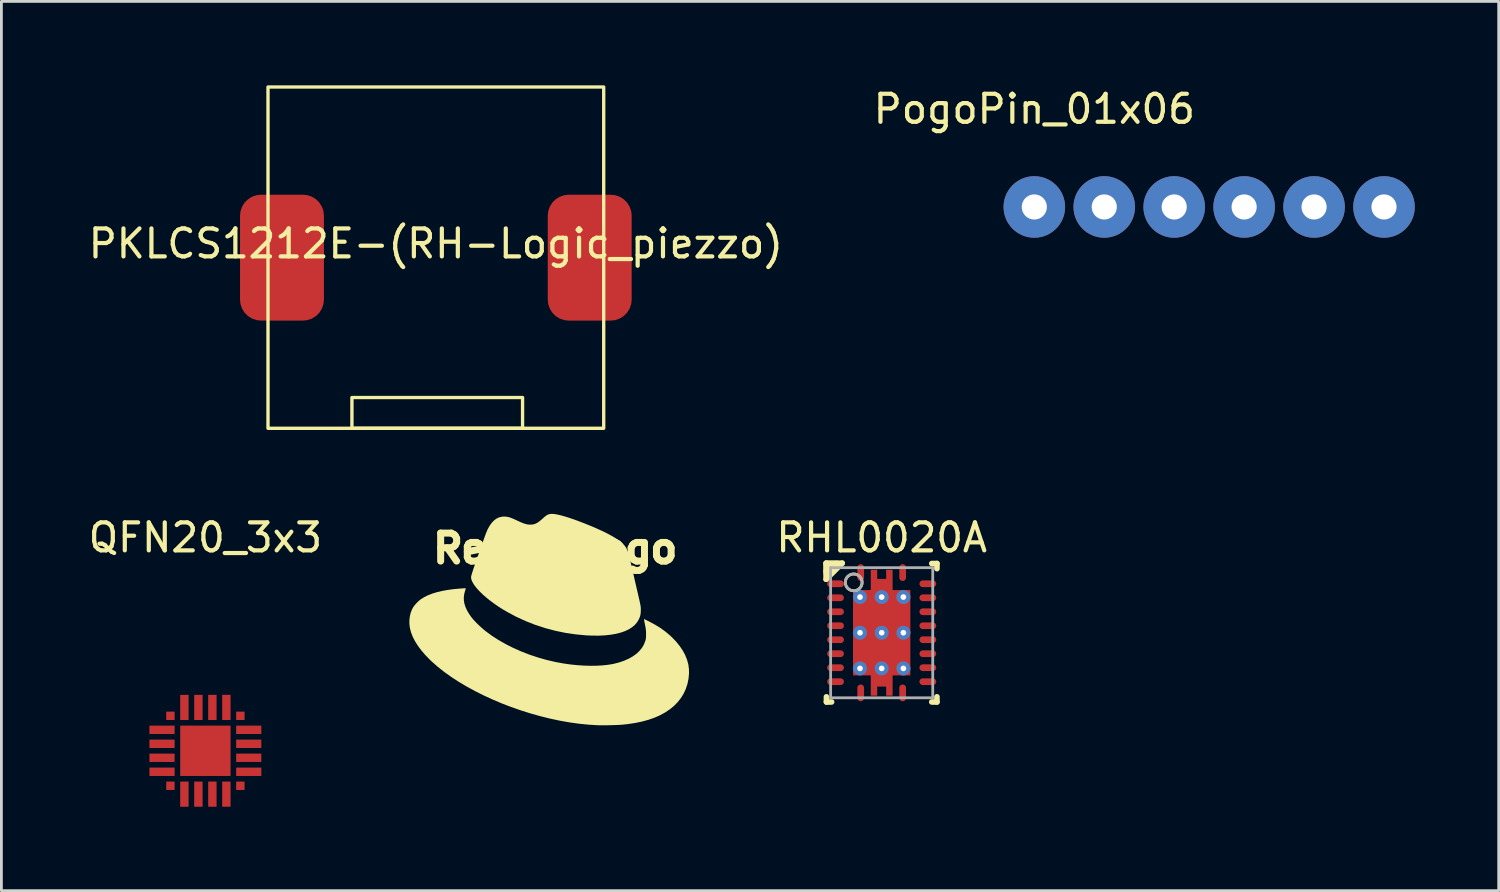
<source format=kicad_pcb>
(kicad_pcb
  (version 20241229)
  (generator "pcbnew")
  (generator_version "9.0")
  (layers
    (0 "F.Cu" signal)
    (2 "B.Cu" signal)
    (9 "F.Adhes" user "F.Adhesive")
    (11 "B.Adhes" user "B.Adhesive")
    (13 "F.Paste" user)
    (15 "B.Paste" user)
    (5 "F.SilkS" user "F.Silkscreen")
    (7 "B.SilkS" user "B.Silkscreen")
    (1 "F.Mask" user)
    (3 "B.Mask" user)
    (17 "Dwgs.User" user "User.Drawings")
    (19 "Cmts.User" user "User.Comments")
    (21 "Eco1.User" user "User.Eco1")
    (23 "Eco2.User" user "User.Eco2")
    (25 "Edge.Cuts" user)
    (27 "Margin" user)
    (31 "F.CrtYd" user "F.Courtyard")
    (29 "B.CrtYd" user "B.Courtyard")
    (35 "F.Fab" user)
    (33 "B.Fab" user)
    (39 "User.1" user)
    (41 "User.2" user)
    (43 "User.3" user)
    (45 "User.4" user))
  (footprint "RedhatLogo"
    (layer "F.Cu")
    (at 16.582 19.097)
    (property "Reference" "RedhatLogo" (at 0.215 -2.54 0) (layer "F.SilkS") (effects (font (size 1 1) (thickness 0.25))))
    (attr board_only exclude_from_pos_files exclude_from_bom)
    (fp_poly (pts (xy 0.194 -3.771) (xy 0.287 -3.755) (xy 0.397 -3.73) (xy 0.523 -3.696) (xy 0.665 -3.653) (xy 0.821 -3.601) (xy 0.99 -3.541) (xy 1.171 -3.472) (xy 1.272 -3.433) (xy 1.489 -3.345) (xy 1.691 -3.259) (xy 1.877 -3.174) (xy 2.046 -3.092) (xy 2.198 -3.012) (xy 2.332 -2.935) (xy 2.446 -2.862) (xy 2.541 -2.793) (xy 2.603 -2.74) (xy 2.647 -2.697) (xy 2.686 -2.654) (xy 2.719 -2.611) (xy 2.749 -2.565) (xy 2.776 -2.512) (xy 2.801 -2.452) (xy 2.825 -2.381) (xy 2.85 -2.297) (xy 2.876 -2.197) (xy 2.904 -2.08) (xy 2.92 -2.012) (xy 2.956 -1.854) (xy 2.988 -1.715) (xy 3.017 -1.59) (xy 3.043 -1.475) (xy 3.068 -1.368) (xy 3.092 -1.264) (xy 3.116 -1.16) (xy 3.124 -1.125) (xy 3.155 -0.991) (xy 3.182 -0.877) (xy 3.204 -0.78) (xy 3.223 -0.698) (xy 3.238 -0.63) (xy 3.249 -0.574) (xy 3.259 -0.528) (xy 3.265 -0.49) (xy 3.27 -0.458) (xy 3.273 -0.431) (xy 3.274 -0.406) (xy 3.275 -0.382) (xy 3.275 -0.356) (xy 3.275 -0.344) (xy 3.272 -0.26) (xy 3.265 -0.192) (xy 3.252 -0.131) (xy 3.231 -0.07) (xy 3.202 -0.005) (xy 3.141 0.098) (xy 3.06 0.192) (xy 2.96 0.276) (xy 2.843 0.35) (xy 2.707 0.414) (xy 2.555 0.467) (xy 2.385 0.51) (xy 2.199 0.542) (xy 1.997 0.564) (xy 1.78 0.575) (xy 1.548 0.574) (xy 1.327 0.565) (xy 0.952 0.53) (xy 0.581 0.476) (xy 0.215 0.4) (xy -0.144 0.305) (xy -0.497 0.19) (xy -0.841 0.055) (xy -1.175 -0.098) (xy -1.5 -0.271) (xy -1.501 -0.271) (xy -1.666 -0.369) (xy -1.824 -0.47) (xy -1.974 -0.574) (xy -2.114 -0.678) (xy -2.245 -0.783) (xy -2.364 -0.887) (xy -2.471 -0.99) (xy -2.564 -1.089) (xy -2.644 -1.185) (xy -2.707 -1.276) (xy -2.754 -1.361) (xy -2.784 -1.439) (xy -2.794 -1.51) (xy -2.794 -1.513) (xy -2.792 -1.533) (xy -2.785 -1.565) (xy -2.773 -1.61) (xy -2.755 -1.668) (xy -2.732 -1.741) (xy -2.703 -1.83) (xy -2.667 -1.935) (xy -2.625 -2.057) (xy -2.576 -2.198) (xy -2.528 -2.332) (xy -2.48 -2.469) (xy -2.438 -2.586) (xy -2.403 -2.687) (xy -2.373 -2.771) (xy -2.348 -2.841) (xy -2.328 -2.899) (xy -2.311 -2.946) (xy -2.298 -2.983) (xy -2.287 -3.012) (xy -2.279 -3.035) (xy -2.272 -3.053) (xy -2.267 -3.068) (xy -2.262 -3.082) (xy -2.259 -3.088) (xy -2.198 -3.23) (xy -2.13 -3.353) (xy -2.055 -3.457) (xy -1.974 -3.542) (xy -1.888 -3.607) (xy -1.796 -3.651) (xy -1.791 -3.653) (xy -1.685 -3.678) (xy -1.576 -3.682) (xy -1.493 -3.671) (xy -1.448 -3.661) (xy -1.405 -3.649) (xy -1.359 -3.633) (xy -1.307 -3.612) (xy -1.245 -3.585) (xy -1.168 -3.549) (xy -1.147 -3.539) (xy -1.049 -3.494) (xy -0.966 -3.458) (xy -0.895 -3.432) (xy -0.832 -3.413) (xy -0.775 -3.401) (xy -0.719 -3.394) (xy -0.671 -3.393) (xy -0.601 -3.397) (xy -0.536 -3.41) (xy -0.472 -3.435) (xy -0.406 -3.472) (xy -0.335 -3.523) (xy -0.256 -3.591) (xy -0.238 -3.607) (xy -0.173 -3.665) (xy -0.118 -3.709) (xy -0.07 -3.74) (xy -0.024 -3.76) (xy 0.023 -3.772) (xy 0.075 -3.777) (xy 0.12 -3.777)) (stroke (width 0) (type solid)) (fill yes) (layer "F.SilkS"))
    (fp_poly (pts (xy -2.985 -1.118) (xy -2.979 -1.117) (xy -2.983 -1.105) (xy -2.991 -1.079) (xy -3.001 -1.05) (xy -3.035 -0.926) (xy -3.052 -0.806) (xy -3.051 -0.686) (xy -3.031 -0.567) (xy -2.992 -0.446) (xy -2.934 -0.321) (xy -2.857 -0.192) (xy -2.775 -0.076) (xy -2.728 -0.019) (xy -2.669 0.047) (xy -2.599 0.12) (xy -2.523 0.195) (xy -2.444 0.268) (xy -2.366 0.338) (xy -2.294 0.398) (xy -2.289 0.402) (xy -2.065 0.568) (xy -1.822 0.725) (xy -1.564 0.873) (xy -1.291 1.011) (xy -1.007 1.137) (xy -0.712 1.252) (xy -0.409 1.353) (xy -0.101 1.441) (xy 0.211 1.514) (xy 0.511 1.57) (xy 0.75 1.604) (xy 0.989 1.629) (xy 1.224 1.645) (xy 1.453 1.652) (xy 1.674 1.651) (xy 1.883 1.64) (xy 2.078 1.62) (xy 2.258 1.592) (xy 2.311 1.581) (xy 2.504 1.531) (xy 2.682 1.47) (xy 2.843 1.398) (xy 2.987 1.317) (xy 3.114 1.226) (xy 3.222 1.125) (xy 3.312 1.016) (xy 3.382 0.898) (xy 3.433 0.771) (xy 3.438 0.754) (xy 3.449 0.714) (xy 3.456 0.675) (xy 3.46 0.633) (xy 3.462 0.581) (xy 3.462 0.516) (xy 3.461 0.454) (xy 3.459 0.4) (xy 3.453 0.348) (xy 3.445 0.292) (xy 3.433 0.225) (xy 3.422 0.174) (xy 3.41 0.113) (xy 3.4 0.059) (xy 3.392 0.017) (xy 3.387 -0.01) (xy 3.386 -0.019) (xy 3.396 -0.015) (xy 3.423 -0.003) (xy 3.463 0.016) (xy 3.513 0.04) (xy 3.57 0.068) (xy 3.573 0.07) (xy 3.784 0.183) (xy 3.977 0.302) (xy 4.154 0.43) (xy 4.318 0.568) (xy 4.384 0.629) (xy 4.534 0.785) (xy 4.663 0.944) (xy 4.772 1.105) (xy 4.86 1.268) (xy 4.926 1.433) (xy 4.972 1.599) (xy 4.995 1.767) (xy 4.998 1.925) (xy 4.979 2.119) (xy 4.941 2.304) (xy 4.883 2.48) (xy 4.806 2.647) (xy 4.709 2.804) (xy 4.594 2.95) (xy 4.461 3.086) (xy 4.31 3.21) (xy 4.14 3.323) (xy 3.953 3.424) (xy 3.947 3.428) (xy 3.755 3.511) (xy 3.548 3.583) (xy 3.326 3.644) (xy 3.087 3.694) (xy 2.83 3.734) (xy 2.62 3.757) (xy 2.559 3.761) (xy 2.481 3.766) (xy 2.389 3.77) (xy 2.288 3.773) (xy 2.182 3.776) (xy 2.076 3.778) (xy 1.973 3.779) (xy 1.878 3.779) (xy 1.795 3.779) (xy 1.734 3.777) (xy 1.402 3.757) (xy 1.064 3.723) (xy 0.72 3.675) (xy 0.373 3.613) (xy 0.025 3.539) (xy -0.325 3.452) (xy -0.673 3.354) (xy -1.018 3.245) (xy -1.36 3.126) (xy -1.695 2.997) (xy -2.023 2.858) (xy -2.343 2.711) (xy -2.652 2.556) (xy -2.95 2.394) (xy -3.234 2.225) (xy -3.503 2.05) (xy -3.756 1.869) (xy -3.991 1.683) (xy -4.206 1.493) (xy -4.266 1.435) (xy -4.429 1.268) (xy -4.572 1.101) (xy -4.695 0.936) (xy -4.797 0.774) (xy -4.879 0.613) (xy -4.94 0.455) (xy -4.98 0.3) (xy -4.998 0.148) (xy -4.998 0.028) (xy -4.983 -0.108) (xy -4.955 -0.231) (xy -4.912 -0.345) (xy -4.863 -0.439) (xy -4.829 -0.488) (xy -4.782 -0.545) (xy -4.728 -0.604) (xy -4.671 -0.659) (xy -4.616 -0.706) (xy -4.594 -0.723) (xy -4.472 -0.8) (xy -4.333 -0.869) (xy -4.178 -0.929) (xy -4.006 -0.981) (xy -3.816 -1.025) (xy -3.608 -1.062) (xy -3.38 -1.091) (xy -3.132 -1.112) (xy -3.091 -1.115) (xy -3.045 -1.117) (xy -3.008 -1.118)) (stroke (width 0) (type solid)) (fill yes) (layer "F.SilkS")))
  (footprint "QFN20_3x3"
    (layer "F.Cu")
    (at 4.292 23.788)
    (property "Reference" "QFN20_3x3" (at 0 -7.62 0) (layer "F.SilkS") (effects (font (size 1 1) (thickness 0.15))))
    (attr through_hole)
    (pad "1" smd rect (at -1.25 -1.25) (size 0.3 0.3) (layers "F.Cu" "F.Mask" "F.Paste"))
    (pad "1" smd rect (at -1.25 1.25) (size 0.3 0.3) (layers "F.Cu" "F.Mask" "F.Paste"))
    (pad "1" smd rect (at 1.25 -1.25) (size 0.3 0.3) (layers "F.Cu" "F.Mask" "F.Paste"))
    (pad "1" smd rect (at 1.25 1.25) (size 0.3 0.3) (layers "F.Cu" "F.Mask" "F.Paste"))
    (pad "2" smd rect (at -1.55 -0.75 90) (size 0.3 0.9) (layers "F.Cu" "F.Mask" "F.Paste"))
    (pad "2" smd rect (at -1.55 -0.25 90) (size 0.3 0.9) (layers "F.Cu" "F.Mask" "F.Paste"))
    (pad "2" smd rect (at -1.55 0.25 90) (size 0.3 0.9) (layers "F.Cu" "F.Mask" "F.Paste"))
    (pad "2" smd rect (at -1.55 0.75 90) (size 0.3 0.9) (layers "F.Cu" "F.Mask" "F.Paste"))
    (pad "2" smd rect (at -0.75 -1.55 180) (size 0.3 0.9) (layers "F.Cu" "F.Mask" "F.Paste"))
    (pad "2" smd rect (at -0.75 1.55) (size 0.3 0.9) (layers "F.Cu" "F.Mask" "F.Paste"))
    (pad "2" smd rect (at -0.25 -1.55 180) (size 0.3 0.9) (layers "F.Cu" "F.Mask" "F.Paste"))
    (pad "2" smd rect (at -0.25 1.55) (size 0.3 0.9) (layers "F.Cu" "F.Mask" "F.Paste"))
    (pad "2" smd rect (at 0.25 -1.55 180) (size 0.3 0.9) (layers "F.Cu" "F.Mask" "F.Paste"))
    (pad "2" smd rect (at 0.25 1.55) (size 0.3 0.9) (layers "F.Cu" "F.Mask" "F.Paste"))
    (pad "2" smd rect (at 0.75 -1.55 180) (size 0.3 0.9) (layers "F.Cu" "F.Mask" "F.Paste"))
    (pad "2" smd rect (at 0.75 1.55) (size 0.3 0.9) (layers "F.Cu" "F.Mask" "F.Paste"))
    (pad "2" smd rect (at 1.55 -0.75 90) (size 0.3 0.9) (layers "F.Cu" "F.Mask" "F.Paste"))
    (pad "2" smd rect (at 1.55 -0.25 90) (size 0.3 0.9) (layers "F.Cu" "F.Mask" "F.Paste"))
    (pad "2" smd rect (at 1.55 0.25 90) (size 0.3 0.9) (layers "F.Cu" "F.Mask" "F.Paste"))
    (pad "2" smd rect (at 1.55 0.75 90) (size 0.3 0.9) (layers "F.Cu" "F.Mask" "F.Paste"))
    (pad "3" smd rect (at 0 0) (size 1.8 1.8) (layers "F.Cu" "F.Mask" "F.Paste")))
  (footprint "RHL0020A"
    (layer "F.Cu")
    (at 28.467 19.568)
    (property "Reference" "RHL0020A" (at 0 -3.4 0) (unlocked yes) (layer "F.SilkS") (effects (font (size 1 1) (thickness 0.15))))
    (attr smd)
    (fp_poly (pts (xy 0.16 -2.25) (xy 0.16 -1.925) (xy -0.16 -1.925) (xy -0.16 -2.25) (xy -0.39 -2.25) (xy -0.39 -1.525) (xy -1.025 -1.525) (xy -1.025 1.525) (xy -0.39 1.525) (xy -0.39 2.25) (xy -0.16 2.25) (xy -0.16 1.925) (xy 0.16 1.925) (xy 0.16 2.25) (xy 0.39 2.25) (xy 0.39 1.525) (xy 1.025 1.525) (xy 1.025 -1.525) (xy 0.39 -1.525) (xy 0.39 -2.25)) (stroke (width 0) (type solid)) (fill yes) (layer "F.Cu"))
    (fp_poly (pts (xy 0.16 -2.25) (xy 0.16 -1.925) (xy -0.16 -1.925) (xy -0.16 -2.25) (xy -0.39 -2.25) (xy -0.39 -1.525) (xy -1.025 -1.525) (xy -1.025 1.525) (xy -0.39 1.525) (xy -0.39 2.25) (xy -0.16 2.25) (xy -0.16 1.925) (xy 0.16 1.925) (xy 0.16 2.25) (xy 0.39 2.25) (xy 0.39 1.525) (xy 1.025 1.525) (xy 1.025 -1.525) (xy 0.39 -1.525) (xy 0.39 -2.25)) (stroke (width 0) (type solid)) (fill yes) (layer "F.Mask"))
    (fp_line (start -1.987 -2.487) (end -1.413 -2.487) (stroke (width 0.2) (type solid)) (layer "F.SilkS"))
    (fp_line (start -1.987 -2.2) (end -1.6 -2.475) (stroke (width 0.2) (type solid)) (layer "F.SilkS"))
    (fp_line (start -1.987 -1.913) (end -1.987 -2.487) (stroke (width 0.2) (type solid)) (layer "F.SilkS"))
    (fp_line (start -1.987 -1.913) (end -1.413 -2.487) (stroke (width 0.2) (type solid)) (layer "F.SilkS"))
    (fp_line (start -1.975 2.475) (end -1.975 2.29) (stroke (width 0.2) (type solid)) (layer "F.SilkS"))
    (fp_line (start -1.975 2.475) (end -1.79 2.475) (stroke (width 0.2) (type solid)) (layer "F.SilkS"))
    (fp_line (start -1.975 -2.475) (end -1.6 -2.475) (stroke (width 0.2) (type solid)) (layer "F.SilkS"))
    (fp_line (start -1.975 -2.1) (end -1.975 -2.475) (stroke (width 0.2) (type solid)) (layer "F.SilkS"))
    (fp_line (start 1.79 -2.475) (end 1.975 -2.475) (stroke (width 0.2) (type solid)) (layer "F.SilkS"))
    (fp_line (start 1.79 2.475) (end 1.975 2.475) (stroke (width 0.2) (type solid)) (layer "F.SilkS"))
    (fp_line (start 1.975 -2.29) (end 1.975 -2.475) (stroke (width 0.2) (type solid)) (layer "F.SilkS"))
    (fp_line (start 1.975 2.475) (end 1.975 2.29) (stroke (width 0.2) (type solid)) (layer "F.SilkS"))
    (fp_circle (center -1 -1.8) (end -0.7 -1.8) (stroke (width 0.1) (type solid)) (fill no) (layer "F.SilkS"))
    (fp_poly (pts (xy -0.39 -1.628) (xy 0.39 -1.628) (xy 0.39 -1.925) (xy -0.39 -1.925)) (stroke (width 0) (type solid)) (fill yes) (layer "F.Paste"))
    (fp_poly (pts (xy -0.39 1.925) (xy 0.39 1.925) (xy 0.39 1.628) (xy -0.39 1.628)) (stroke (width 0) (type solid)) (fill yes) (layer "F.Paste"))
    (fp_poly (pts (xy -0.1 -1.428) (xy -1.017 -1.428) (xy -1.017 -0.1) (xy -0.1 -0.1)) (stroke (width 0) (type solid)) (fill yes) (layer "F.Paste"))
    (fp_poly (pts (xy -0.1 0.1) (xy -1.017 0.1) (xy -1.017 1.428) (xy -0.1 1.428)) (stroke (width 0) (type solid)) (fill yes) (layer "F.Paste"))
    (fp_poly (pts (xy 0.1 -0.1) (xy 1.017 -0.1) (xy 1.017 -1.428) (xy 0.1 -1.428)) (stroke (width 0) (type solid)) (fill yes) (layer "F.Paste"))
    (fp_poly (pts (xy 0.1 1.428) (xy 1.017 1.428) (xy 1.017 0.1) (xy 0.1 0.1)) (stroke (width 0) (type solid)) (fill yes) (layer "F.Paste"))
    (fp_line (start -1.825 -2.325) (end 1.825 -2.325) (stroke (width 0.1) (type solid)) (layer "F.Fab"))
    (fp_line (start -1.825 2.325) (end -1.825 -2.325) (stroke (width 0.1) (type solid)) (layer "F.Fab"))
    (fp_line (start -1.825 2.325) (end 1.825 2.325) (stroke (width 0.1) (type solid)) (layer "F.Fab"))
    (fp_line (start 1.825 2.325) (end 1.825 -2.325) (stroke (width 0.1) (type solid)) (layer "F.Fab"))
    (fp_circle (center -1 -1.8) (end -0.7 -1.8) (stroke (width 0.1) (type solid)) (fill no) (layer "F.Fab"))
    (pad "1" smd oval (at -0.75 -2.15) (size 0.24 0.6) (layers "F.Cu" "F.Mask" "F.Paste"))
    (pad "2" smd oval (at -1.65 -1.75 90) (size 0.24 0.6) (layers "F.Cu" "F.Mask" "F.Paste"))
    (pad "3" smd oval (at -1.65 -1.25 90) (size 0.24 0.6) (layers "F.Cu" "F.Mask" "F.Paste"))
    (pad "4" smd oval (at -1.65 -0.75 90) (size 0.24 0.6) (layers "F.Cu" "F.Mask" "F.Paste"))
    (pad "5" smd oval (at -1.65 -0.25 90) (size 0.24 0.6) (layers "F.Cu" "F.Mask" "F.Paste"))
    (pad "6" smd oval (at -1.65 0.25 90) (size 0.24 0.6) (layers "F.Cu" "F.Mask" "F.Paste"))
    (pad "7" smd oval (at -1.65 0.75 90) (size 0.24 0.6) (layers "F.Cu" "F.Mask" "F.Paste"))
    (pad "8" smd oval (at -1.65 1.25 90) (size 0.24 0.6) (layers "F.Cu" "F.Mask" "F.Paste"))
    (pad "9" smd oval (at -1.65 1.75 90) (size 0.24 0.6) (layers "F.Cu" "F.Mask" "F.Paste"))
    (pad "10" smd oval (at -0.75 2.15) (size 0.24 0.6) (layers "F.Cu" "F.Mask" "F.Paste"))
    (pad "11" smd oval (at 0.75 2.15) (size 0.24 0.6) (layers "F.Cu" "F.Mask" "F.Paste"))
    (pad "12" smd oval (at 1.65 1.75 90) (size 0.24 0.6) (layers "F.Cu" "F.Mask" "F.Paste"))
    (pad "13" smd oval (at 1.65 1.25 90) (size 0.24 0.6) (layers "F.Cu" "F.Mask" "F.Paste"))
    (pad "14" smd oval (at 1.65 0.75 90) (size 0.24 0.6) (layers "F.Cu" "F.Mask" "F.Paste"))
    (pad "15" smd oval (at 1.65 0.25 90) (size 0.24 0.6) (layers "F.Cu" "F.Mask" "F.Paste"))
    (pad "16" smd oval (at 1.65 -0.25 90) (size 0.24 0.6) (layers "F.Cu" "F.Mask" "F.Paste"))
    (pad "17" smd oval (at 1.65 -0.75 90) (size 0.24 0.6) (layers "F.Cu" "F.Mask" "F.Paste"))
    (pad "18" smd oval (at 1.65 -1.25 90) (size 0.24 0.6) (layers "F.Cu" "F.Mask" "F.Paste"))
    (pad "19" smd oval (at 1.65 -1.75 90) (size 0.24 0.6) (layers "F.Cu" "F.Mask" "F.Paste"))
    (pad "20" smd oval (at 0.75 -2.15) (size 0.24 0.6) (layers "F.Cu" "F.Mask" "F.Paste"))
    (pad "21" smd rect (at 0.000081 0.000079 90) (size 0.3 0.3) (layers "F.Cu" "F.Mask"))
    (pad "V" thru_hole circle (at -0.775 -1.275) (size 0.5 0.5) (drill 0.203) (layers "*.Cu" "*.Mask"))
    (pad "V" thru_hole circle (at -0.775 0) (size 0.5 0.5) (drill 0.203) (layers "*.Cu" "*.Mask"))
    (pad "V" thru_hole circle (at -0.775 1.275) (size 0.5 0.5) (drill 0.203) (layers "*.Cu" "*.Mask"))
    (pad "V" thru_hole circle (at 0 -1.275) (size 0.5 0.5) (drill 0.203) (layers "*.Cu" "*.Mask"))
    (pad "V" thru_hole circle (at 0 0) (size 0.5 0.5) (drill 0.203) (layers "*.Cu" "*.Mask"))
    (pad "V" thru_hole circle (at 0 1.275) (size 0.5 0.5) (drill 0.203) (layers "*.Cu" "*.Mask"))
    (pad "V" thru_hole circle (at 0.775 -1.275) (size 0.5 0.5) (drill 0.203) (layers "*.Cu" "*.Mask"))
    (pad "V" thru_hole circle (at 0.775 0) (size 0.5 0.5) (drill 0.203) (layers "*.Cu" "*.Mask"))
    (pad "V" thru_hole circle (at 0.775 1.275) (size 0.5 0.5) (drill 0.203) (layers "*.Cu" "*.Mask")))
  (footprint "PogoPin_01x06"
    (layer "F.Cu")
    (at 33.923 4.348)
    (property "Reference" "PogoPin_01x06" (at 0 -3.5 0) (unlocked yes) (layer "F.SilkS") (effects (font (size 1 1) (thickness 0.15))))
    (attr smd)
    (pad "1" thru_hole circle (at 0 0) (size 2.2 2.2) (drill 0.9) (layers "*.Cu" "*.Mask"))
    (pad "2" thru_hole circle (at 2.5 0) (size 2.2 2.2) (drill 0.9) (layers "*.Cu" "*.Mask"))
    (pad "3" thru_hole circle (at 5 0) (size 2.2 2.2) (drill 0.9) (layers "*.Cu" "*.Mask"))
    (pad "4" thru_hole circle (at 7.5 0 90) (size 2.2 2.2) (drill 0.9) (layers "*.Cu" "*.Mask"))
    (pad "5" thru_hole circle (at 10 0) (size 2.2 2.2) (drill 0.9) (layers "*.Cu" "*.Mask"))
    (pad "6" thru_hole circle (at 12.5 0) (size 2.2 2.2) (drill 0.9) (layers "*.Cu" "*.Mask")))
  (footprint "PKLCS1212E-(RH-Logic_piezzo)"
    (layer "F.Cu")
    (at 12.53 6.16)
    (property "Reference" "PKLCS1212E-(RH-Logic_piezzo)" (at 0 -0.5 0) (unlocked yes) (layer "F.SilkS") (effects (font (size 1 1) (thickness 0.15))))
    (attr smd)
    (fp_rect (start -6 -6.1) (end 6 6.1) (stroke (width 0.12) (type solid)) (fill no) (layer "F.SilkS"))
    (fp_rect (start -3 6.1) (end 3.1 5) (stroke (width 0.12) (type solid)) (fill no) (layer "F.SilkS"))
    (pad "1" smd roundrect (at -5.5 0 180) (size 3 4.5) (layers "F.Cu" "F.Mask" "F.Paste") (roundrect_rratio 0.25))
    (pad "2" smd roundrect (at 5.5 0 90) (size 4.5 3) (layers "F.Cu" "F.Mask" "F.Paste") (roundrect_rratio 0.25)))
  (gr_rect
    (start -3 -3)
    (end 50.523 28.788)
    (stroke (width 0.1) (type default))
    (fill no)
    (layer "Edge.Cuts")))
</source>
